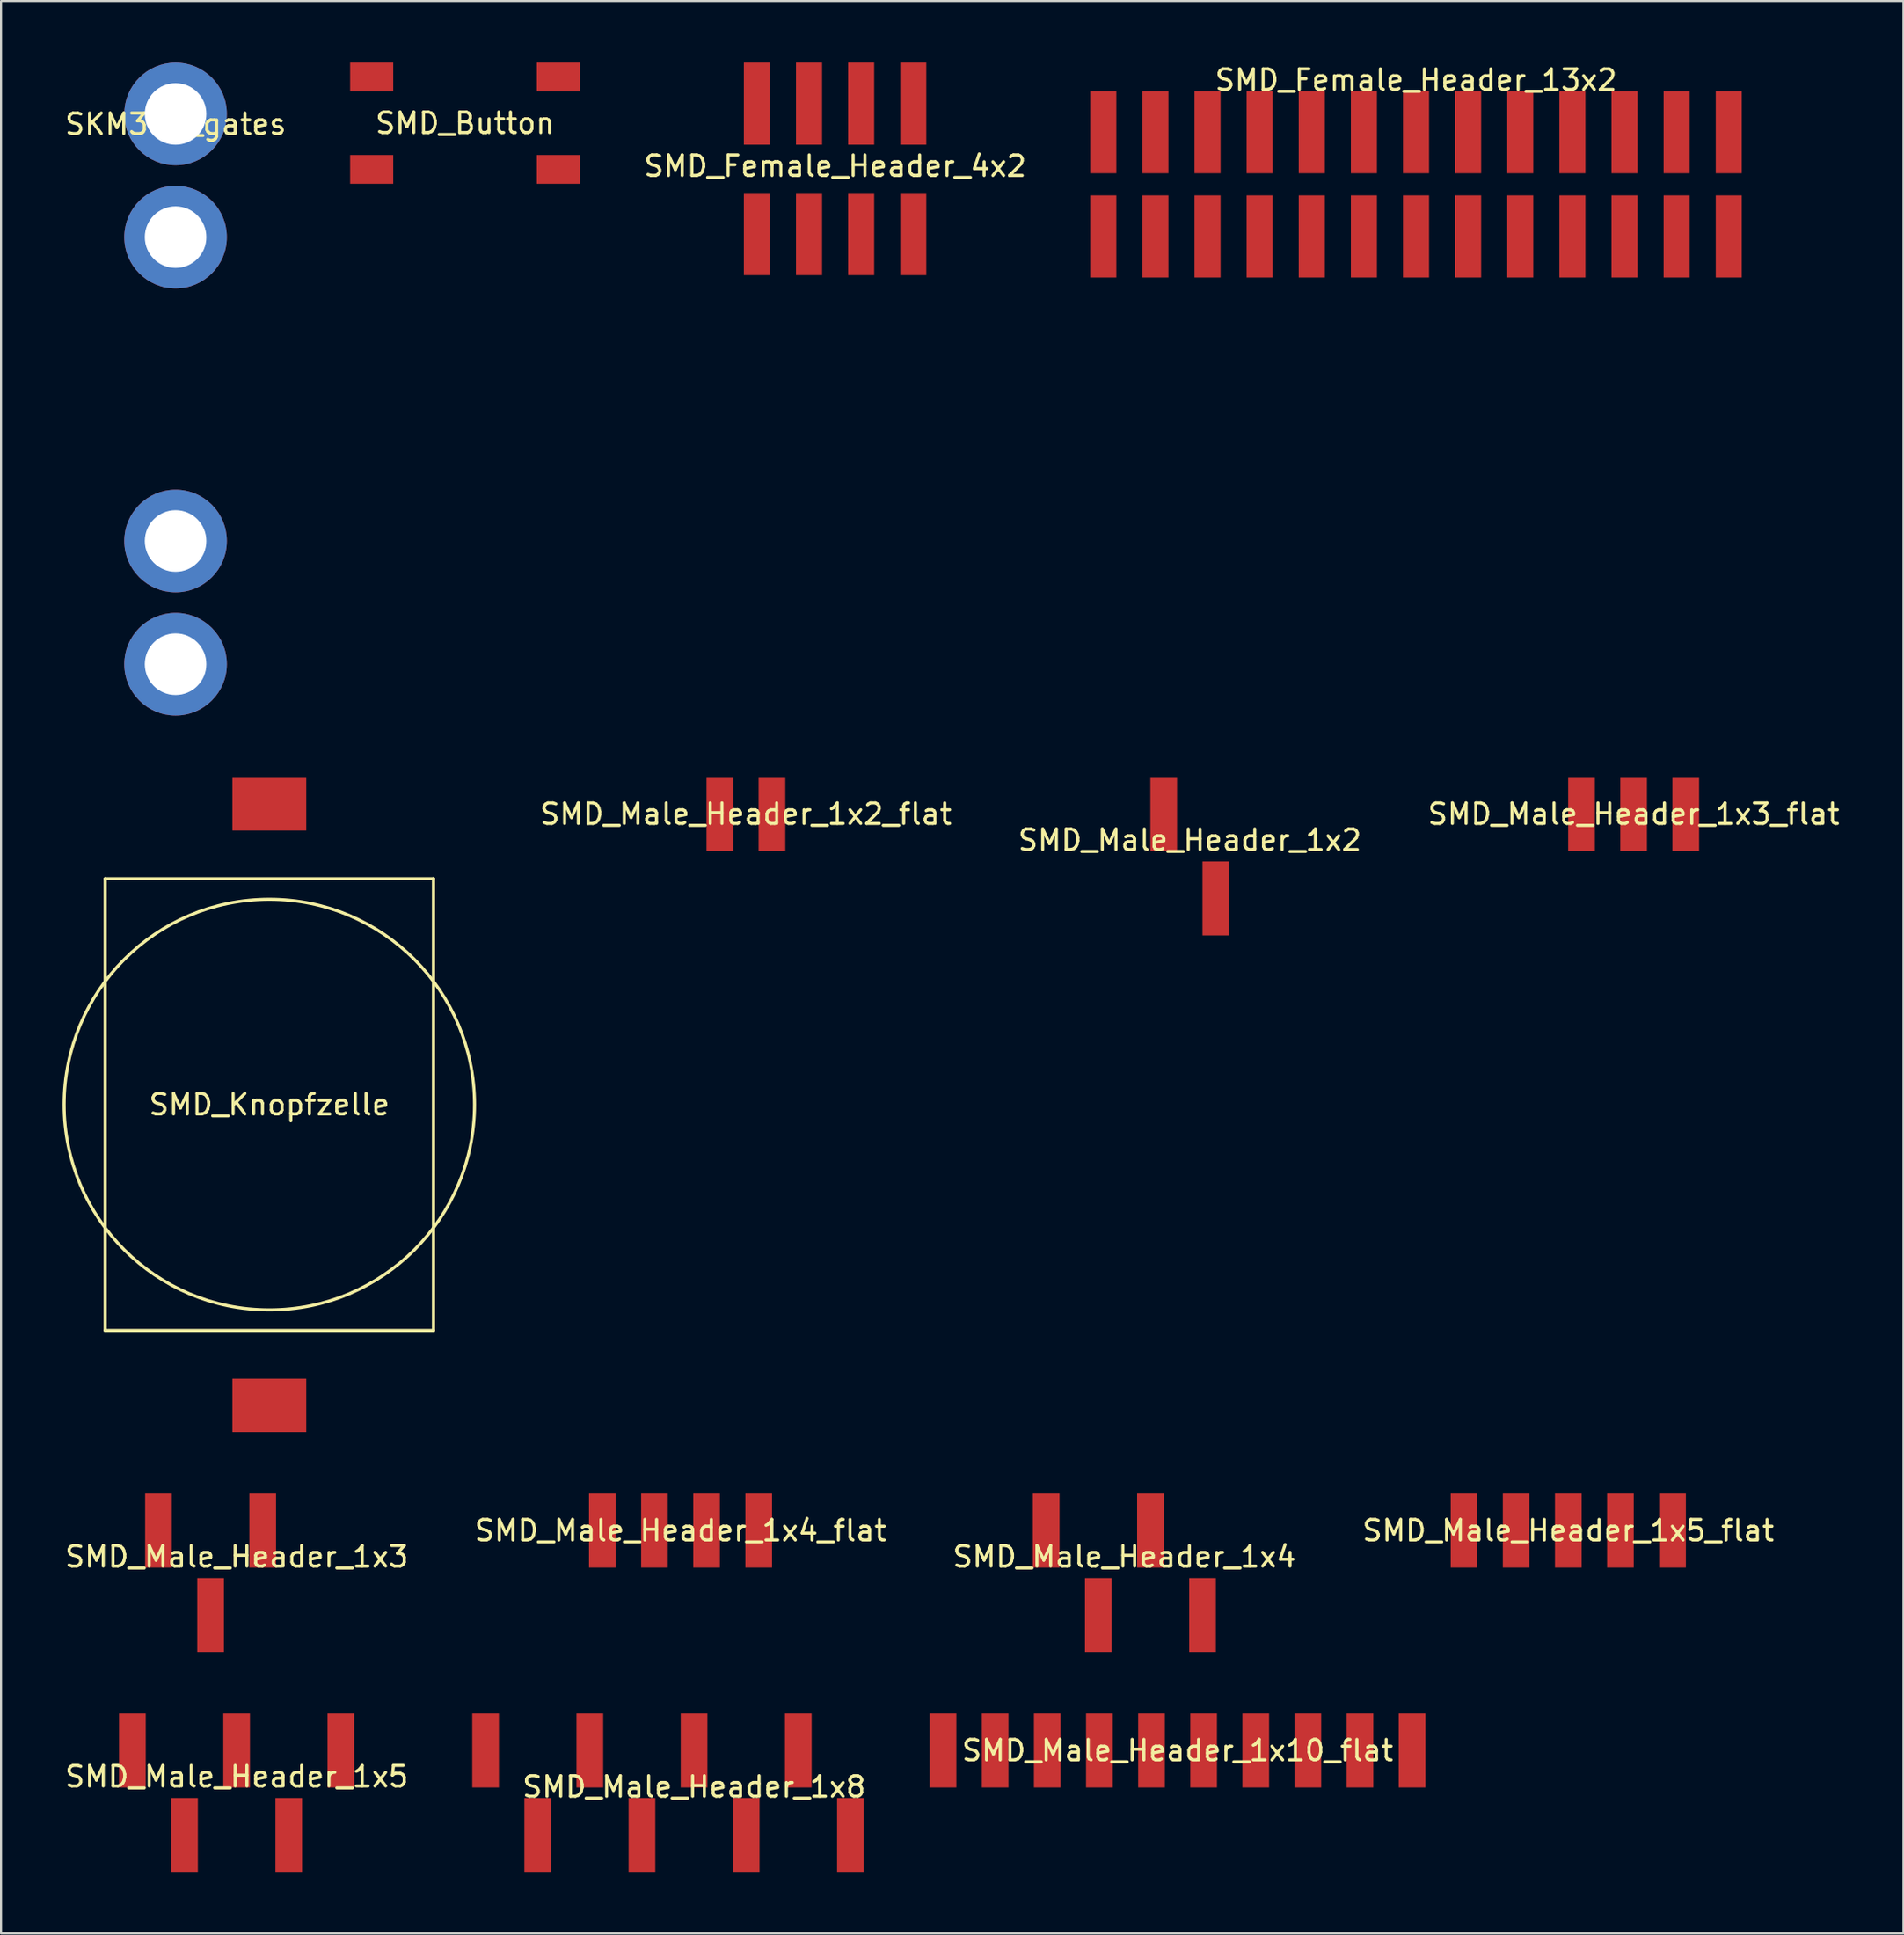
<source format=kicad_pcb>
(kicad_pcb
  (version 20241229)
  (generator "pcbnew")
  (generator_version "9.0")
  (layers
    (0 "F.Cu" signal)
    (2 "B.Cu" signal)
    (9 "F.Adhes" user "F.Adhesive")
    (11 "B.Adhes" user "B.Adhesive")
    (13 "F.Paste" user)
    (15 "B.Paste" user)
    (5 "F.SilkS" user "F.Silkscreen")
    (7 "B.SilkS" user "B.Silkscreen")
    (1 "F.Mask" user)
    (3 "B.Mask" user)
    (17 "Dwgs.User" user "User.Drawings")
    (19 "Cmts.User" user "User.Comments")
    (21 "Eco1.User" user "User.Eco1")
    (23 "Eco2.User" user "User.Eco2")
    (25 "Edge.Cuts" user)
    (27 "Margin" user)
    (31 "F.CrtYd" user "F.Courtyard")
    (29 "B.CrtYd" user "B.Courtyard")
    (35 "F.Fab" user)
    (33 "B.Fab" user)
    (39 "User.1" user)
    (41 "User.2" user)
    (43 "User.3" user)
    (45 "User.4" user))
  (footprint "SMD_Male_Header_1x4_flat"
    (layer "F.Cu")
    (at 30.113 71.5)
    (property "Reference" "SMD_Male_Header_1x4_flat" (at 0 0 0) (layer "F.SilkS") (effects (font (size 1 1) (thickness 0.15))))
    (attr through_hole)
    (pad "1" smd rect (at -3.81 0) (size 1.3 3.6) (layers "F.Cu" "F.Mask" "F.Paste"))
    (pad "2" smd rect (at -1.27 0) (size 1.3 3.6) (layers "F.Cu" "F.Mask" "F.Paste"))
    (pad "3" smd rect (at 1.27 0) (size 1.3 3.6) (layers "F.Cu" "F.Mask" "F.Paste"))
    (pad "4" smd rect (at 3.81 0) (size 1.3 3.6) (layers "F.Cu" "F.Mask" "F.Paste")))
  (footprint "SMD_Male_Header_1x5"
    (layer "F.Cu")
    (at 8.482 83.48)
    (property "Reference" "SMD_Male_Header_1x5" (at 0 0 0) (layer "F.SilkS") (effects (font (size 1 1) (thickness 0.15))))
    (attr through_hole)
    (pad "1" smd rect (at -5.08 -1.27) (size 1.3 3.6) (layers "F.Cu" "F.Mask" "F.Paste"))
    (pad "2" smd rect (at -2.54 2.84) (size 1.3 3.6) (layers "F.Cu" "F.Mask" "F.Paste"))
    (pad "3" smd rect (at 0 -1.27) (size 1.3 3.6) (layers "F.Cu" "F.Mask" "F.Paste"))
    (pad "4" smd rect (at 2.54 2.84) (size 1.3 3.6) (layers "F.Cu" "F.Mask" "F.Paste"))
    (pad "5" smd rect (at 5.08 -1.27) (size 1.3 3.6) (layers "F.Cu" "F.Mask" "F.Paste")))
  (footprint "SMD_Male_Header_1x8"
    (layer "F.Cu")
    (at 29.504 83.48)
    (property "Reference" "SMD_Male_Header_1x8" (at 1.27 0.5 0) (layer "F.SilkS") (effects (font (size 1 1) (thickness 0.15))))
    (attr through_hole)
    (pad "1" smd rect (at -8.89 -1.27) (size 1.3 3.6) (layers "F.Cu" "F.Mask" "F.Paste"))
    (pad "2" smd rect (at -6.35 2.84) (size 1.3 3.6) (layers "F.Cu" "F.Mask" "F.Paste"))
    (pad "3" smd rect (at -3.81 -1.27) (size 1.3 3.6) (layers "F.Cu" "F.Mask" "F.Paste"))
    (pad "4" smd rect (at -1.27 2.84) (size 1.3 3.6) (layers "F.Cu" "F.Mask" "F.Paste"))
    (pad "5" smd rect (at 1.27 -1.27) (size 1.3 3.6) (layers "F.Cu" "F.Mask" "F.Paste"))
    (pad "6" smd rect (at 3.81 2.84) (size 1.3 3.6) (layers "F.Cu" "F.Mask" "F.Paste"))
    (pad "7" smd rect (at 6.35 -1.27) (size 1.3 3.6) (layers "F.Cu" "F.Mask" "F.Paste"))
    (pad "8" smd rect (at 8.89 2.84) (size 1.3 3.6) (layers "F.Cu" "F.Mask" "F.Paste")))
  (footprint "SMD_Male_Header_1x3"
    (layer "F.Cu")
    (at 8.482 72.77)
    (property "Reference" "SMD_Male_Header_1x3" (at 0 0 0) (layer "F.SilkS") (effects (font (size 1 1) (thickness 0.15))))
    (attr through_hole)
    (pad "1" smd rect (at -3.81 -1.27) (size 1.3 3.6) (layers "F.Cu" "F.Mask" "F.Paste"))
    (pad "2" smd rect (at -1.27 2.84) (size 1.3 3.6) (layers "F.Cu" "F.Mask" "F.Paste"))
    (pad "3" smd rect (at 1.27 -1.27) (size 1.3 3.6) (layers "F.Cu" "F.Mask" "F.Paste")))
  (footprint "SMD_Female_Header_4x2"
    (layer "F.Cu")
    (at 37.646 4.54)
    (property "Reference" "SMD_Female_Header_4x2" (at 0 0.5 0) (layer "F.SilkS") (effects (font (size 1 1) (thickness 0.15))))
    (attr through_hole)
    (pad "1" smd trapezoid (at -3.81 3.81) (size 1.27 4) (layers "F.Cu" "F.Mask" "F.Paste"))
    (pad "2" smd trapezoid (at -1.27 3.81) (size 1.27 4) (layers "F.Cu" "F.Mask" "F.Paste"))
    (pad "3" smd trapezoid (at 1.27 3.81) (size 1.27 4) (layers "F.Cu" "F.Mask" "F.Paste"))
    (pad "4" smd trapezoid (at 3.81 3.81) (size 1.27 4) (layers "F.Cu" "F.Mask" "F.Paste"))
    (pad "5" smd trapezoid (at 3.81 -2.54) (size 1.27 4) (layers "F.Cu" "F.Mask" "F.Paste"))
    (pad "6" smd trapezoid (at 1.27 -2.54) (size 1.27 4) (layers "F.Cu" "F.Mask" "F.Paste"))
    (pad "7" smd trapezoid (at -1.27 -2.54) (size 1.27 4) (layers "F.Cu" "F.Mask" "F.Paste"))
    (pad "8" smd trapezoid (at -3.81 -2.54) (size 1.27 4) (layers "F.Cu" "F.Mask" "F.Paste")))
  (footprint "SMD_Male_Header_1x2"
    (layer "F.Cu")
    (at 54.93 37.87)
    (property "Reference" "SMD_Male_Header_1x2" (at 0 0 0) (layer "F.SilkS") (effects (font (size 1 1) (thickness 0.15))))
    (attr through_hole)
    (pad "1" smd rect (at -1.27 -1.27) (size 1.3 3.6) (layers "F.Cu" "F.Mask" "F.Paste"))
    (pad "2" smd rect (at 1.27 2.84) (size 1.3 3.6) (layers "F.Cu" "F.Mask" "F.Paste")))
  (footprint "SMD_Male_Header_1x10_flat"
    (layer "F.Cu")
    (at 54.336 82.21)
    (property "Reference" "SMD_Male_Header_1x10_flat" (at 0 0 0) (layer "F.SilkS") (effects (font (size 1 1) (thickness 0.15))))
    (attr through_hole)
    (pad "1" smd rect (at -11.43 0) (size 1.3 3.6) (layers "F.Cu" "F.Mask" "F.Paste"))
    (pad "2" smd rect (at -8.89 0) (size 1.3 3.6) (layers "F.Cu" "F.Mask" "F.Paste"))
    (pad "3" smd rect (at -6.35 0) (size 1.3 3.6) (layers "F.Cu" "F.Mask" "F.Paste"))
    (pad "4" smd rect (at -3.81 0) (size 1.3 3.6) (layers "F.Cu" "F.Mask" "F.Paste"))
    (pad "5" smd rect (at -1.27 0) (size 1.3 3.6) (layers "F.Cu" "F.Mask" "F.Paste"))
    (pad "6" smd rect (at 1.27 0) (size 1.3 3.6) (layers "F.Cu" "F.Mask" "F.Paste"))
    (pad "7" smd rect (at 3.81 0) (size 1.3 3.6) (layers "F.Cu" "F.Mask" "F.Paste"))
    (pad "8" smd rect (at 6.35 0) (size 1.3 3.6) (layers "F.Cu" "F.Mask" "F.Paste"))
    (pad "9" smd rect (at 8.89 0) (size 1.3 3.6) (layers "F.Cu" "F.Mask" "F.Paste"))
    (pad "10" smd rect (at 11.43 0) (size 1.3 3.6) (layers "F.Cu" "F.Mask" "F.Paste")))
  (footprint "SMD_Button"
    (layer "F.Cu")
    (at 19.612 2.95)
    (property "Reference" "SMD_Button" (at 0 0 0) (layer "F.SilkS") (effects (font (size 1 1) (thickness 0.15))))
    (attr through_hole)
    (pad "1" smd rect (at -4.55 -2.25) (size 2.1 1.4) (layers "F.Cu" "F.Mask" "F.Paste"))
    (pad "2" smd rect (at 4.55 -2.25) (size 2.1 1.4) (layers "F.Cu" "F.Mask" "F.Paste"))
    (pad "3" smd rect (at -4.55 2.25) (size 2.1 1.4) (layers "F.Cu" "F.Mask" "F.Paste"))
    (pad "4" smd rect (at 4.55 2.25) (size 2.1 1.4) (layers "F.Cu" "F.Mask" "F.Paste")))
  (footprint "SMD_Male_Header_1x3_flat"
    (layer "F.Cu")
    (at 75.291 36.6)
    (property "Reference" "SMD_Male_Header_1x3_flat" (at 1.27 0 0) (layer "F.SilkS") (effects (font (size 1 1) (thickness 0.15))))
    (attr through_hole)
    (pad "1" smd rect (at -1.27 0) (size 1.3 3.6) (layers "F.Cu" "F.Mask" "F.Paste"))
    (pad "2" smd rect (at 1.27 0) (size 1.3 3.6) (layers "F.Cu" "F.Mask" "F.Paste"))
    (pad "3" smd rect (at 3.81 0) (size 1.3 3.6) (layers "F.Cu" "F.Mask" "F.Paste")))
  (footprint "SMD_Male_Header_1x4"
    (layer "F.Cu")
    (at 51.744 72.77)
    (property "Reference" "SMD_Male_Header_1x4" (at 0 0 0) (layer "F.SilkS") (effects (font (size 1 1) (thickness 0.15))))
    (attr through_hole)
    (pad "1" smd rect (at -3.81 -1.27) (size 1.3 3.6) (layers "F.Cu" "F.Mask" "F.Paste"))
    (pad "2" smd rect (at -1.27 2.84) (size 1.3 3.6) (layers "F.Cu" "F.Mask" "F.Paste"))
    (pad "3" smd rect (at 1.27 -1.27) (size 1.3 3.6) (layers "F.Cu" "F.Mask" "F.Paste"))
    (pad "4" smd rect (at 3.81 2.84) (size 1.3 3.6) (layers "F.Cu" "F.Mask" "F.Paste")))
  (footprint "SMD_Knopfzelle"
    (layer "F.Cu")
    (at 10.075 50.75)
    (property "Reference" "SMD_Knopfzelle" (at 0 0 0) (layer "F.SilkS") (effects (font (size 1 1) (thickness 0.15))))
    (attr through_hole)
    (fp_line (start -8 -11) (end -8 11) (stroke (width 0.15) (type solid)) (layer "F.SilkS"))
    (fp_line (start -8 -11) (end 8 -11) (stroke (width 0.15) (type solid)) (layer "F.SilkS"))
    (fp_line (start 8 -11) (end 8 11) (stroke (width 0.15) (type solid)) (layer "F.SilkS"))
    (fp_line (start 8 11) (end -8 11) (stroke (width 0.15) (type solid)) (layer "F.SilkS"))
    (fp_circle (center 0 0) (end 0 10) (stroke (width 0.15) (type solid)) (fill no) (layer "F.SilkS"))
    (pad "1" smd rect (at 0 14.65) (size 3.6 2.6) (layers "F.Cu" "F.Mask" "F.Paste"))
    (pad "2" smd rect (at 0 -14.65) (size 3.6 2.6) (layers "F.Cu" "F.Mask" "F.Paste")))
  (footprint "SMD_Male_Header_1x5_flat"
    (layer "F.Cu")
    (at 73.375 71.5)
    (property "Reference" "SMD_Male_Header_1x5_flat" (at 0 0 0) (layer "F.SilkS") (effects (font (size 1 1) (thickness 0.15))))
    (attr through_hole)
    (pad "1" smd rect (at -5.08 0) (size 1.3 3.6) (layers "F.Cu" "F.Mask" "F.Paste"))
    (pad "2" smd rect (at -2.54 0) (size 1.3 3.6) (layers "F.Cu" "F.Mask" "F.Paste"))
    (pad "3" smd rect (at 0 0) (size 1.3 3.6) (layers "F.Cu" "F.Mask" "F.Paste"))
    (pad "4" smd rect (at 2.54 0) (size 1.3 3.6) (layers "F.Cu" "F.Mask" "F.Paste"))
    (pad "5" smd rect (at 5.08 0) (size 1.3 3.6) (layers "F.Cu" "F.Mask" "F.Paste")))
  (footprint "SMD_Female_Header_13x2"
    (layer "F.Cu")
    (at 64.686 5.928)
    (property "Reference" "SMD_Female_Header_13x2" (at 1.27 -5.08 0) (layer "F.SilkS") (effects (font (size 1 1) (thickness 0.15))))
    (attr through_hole)
    (pad "1" smd trapezoid (at -13.97 -2.54) (size 1.27 4) (layers "F.Cu" "F.Mask" "F.Paste"))
    (pad "2" smd trapezoid (at -13.97 2.54) (size 1.27 4) (layers "F.Cu" "F.Mask" "F.Paste"))
    (pad "3" smd trapezoid (at -11.43 -2.54) (size 1.27 4) (layers "F.Cu" "F.Mask" "F.Paste"))
    (pad "4" smd trapezoid (at -11.43 2.54) (size 1.27 4) (layers "F.Cu" "F.Mask" "F.Paste"))
    (pad "5" smd trapezoid (at -8.89 -2.54) (size 1.27 4) (layers "F.Cu" "F.Mask" "F.Paste"))
    (pad "6" smd trapezoid (at -8.89 2.54) (size 1.27 4) (layers "F.Cu" "F.Mask" "F.Paste"))
    (pad "7" smd trapezoid (at -6.35 -2.54) (size 1.27 4) (layers "F.Cu" "F.Mask" "F.Paste"))
    (pad "8" smd trapezoid (at -6.35 2.54) (size 1.27 4) (layers "F.Cu" "F.Mask" "F.Paste"))
    (pad "9" smd trapezoid (at -3.81 -2.54) (size 1.27 4) (layers "F.Cu" "F.Mask" "F.Paste"))
    (pad "10" smd trapezoid (at -3.81 2.54) (size 1.27 4) (layers "F.Cu" "F.Mask" "F.Paste"))
    (pad "11" smd trapezoid (at -1.27 -2.54) (size 1.27 4) (layers "F.Cu" "F.Mask" "F.Paste"))
    (pad "12" smd trapezoid (at -1.27 2.54) (size 1.27 4) (layers "F.Cu" "F.Mask" "F.Paste"))
    (pad "13" smd trapezoid (at 1.27 -2.54) (size 1.27 4) (layers "F.Cu" "F.Mask" "F.Paste"))
    (pad "14" smd trapezoid (at 1.27 2.54) (size 1.27 4) (layers "F.Cu" "F.Mask" "F.Paste"))
    (pad "15" smd trapezoid (at 3.81 -2.54) (size 1.27 4) (layers "F.Cu" "F.Mask" "F.Paste"))
    (pad "16" smd trapezoid (at 3.81 2.54) (size 1.27 4) (layers "F.Cu" "F.Mask" "F.Paste"))
    (pad "17" smd trapezoid (at 6.35 -2.54) (size 1.27 4) (layers "F.Cu" "F.Mask" "F.Paste"))
    (pad "18" smd trapezoid (at 6.35 2.54) (size 1.27 4) (layers "F.Cu" "F.Mask" "F.Paste"))
    (pad "19" smd trapezoid (at 8.89 -2.54) (size 1.27 4) (layers "F.Cu" "F.Mask" "F.Paste"))
    (pad "20" smd trapezoid (at 8.89 2.54) (size 1.27 4) (layers "F.Cu" "F.Mask" "F.Paste"))
    (pad "21" smd trapezoid (at 11.43 -2.54) (size 1.27 4) (layers "F.Cu" "F.Mask" "F.Paste"))
    (pad "22" smd trapezoid (at 11.43 2.54) (size 1.27 4) (layers "F.Cu" "F.Mask" "F.Paste"))
    (pad "23" smd trapezoid (at 13.97 -2.54) (size 1.27 4) (layers "F.Cu" "F.Mask" "F.Paste"))
    (pad "24" smd trapezoid (at 13.97 2.54) (size 1.27 4) (layers "F.Cu" "F.Mask" "F.Paste"))
    (pad "25" smd trapezoid (at 16.51 -2.54) (size 1.27 4) (layers "F.Cu" "F.Mask" "F.Paste"))
    (pad "26" smd trapezoid (at 16.51 2.54) (size 1.27 4) (layers "F.Cu" "F.Mask" "F.Paste")))
  (footprint "SMD_Male_Header_1x2_flat"
    (layer "F.Cu")
    (at 33.299 36.6)
    (property "Reference" "SMD_Male_Header_1x2_flat" (at 0 0 0) (layer "F.SilkS") (effects (font (size 1 1) (thickness 0.15))))
    (attr through_hole)
    (pad "1" smd rect (at -1.27 0) (size 1.3 3.6) (layers "F.Cu" "F.Mask" "F.Paste"))
    (pad "2" smd rect (at 1.27 0) (size 1.3 3.6) (layers "F.Cu" "F.Mask" "F.Paste")))
  (footprint "SKM300_gates"
    (layer "F.Cu")
    (at 5.506 2.5)
    (property "Reference" "SKM300_gates" (at 0 0.5 0) (layer "F.SilkS") (effects (font (size 1 1) (thickness 0.15))))
    (attr through_hole)
    (pad "4" thru_hole circle (at 0 0) (size 5 5) (drill 3) (layers "*.Cu" "*.Mask"))
    (pad "5" thru_hole circle (at 0 6) (size 5 5) (drill 3) (layers "*.Cu" "*.Mask"))
    (pad "6" thru_hole circle (at 0 26.8) (size 5 5) (drill 3) (layers "*.Cu" "*.Mask"))
    (pad "7" thru_hole circle (at 0 20.8) (size 5 5) (drill 3) (layers "*.Cu" "*.Mask")))
  (gr_rect
    (start -3 -3)
    (end 89.71 91.12)
    (stroke (width 0.1) (type default))
    (fill no)
    (layer "Edge.Cuts")))
</source>
